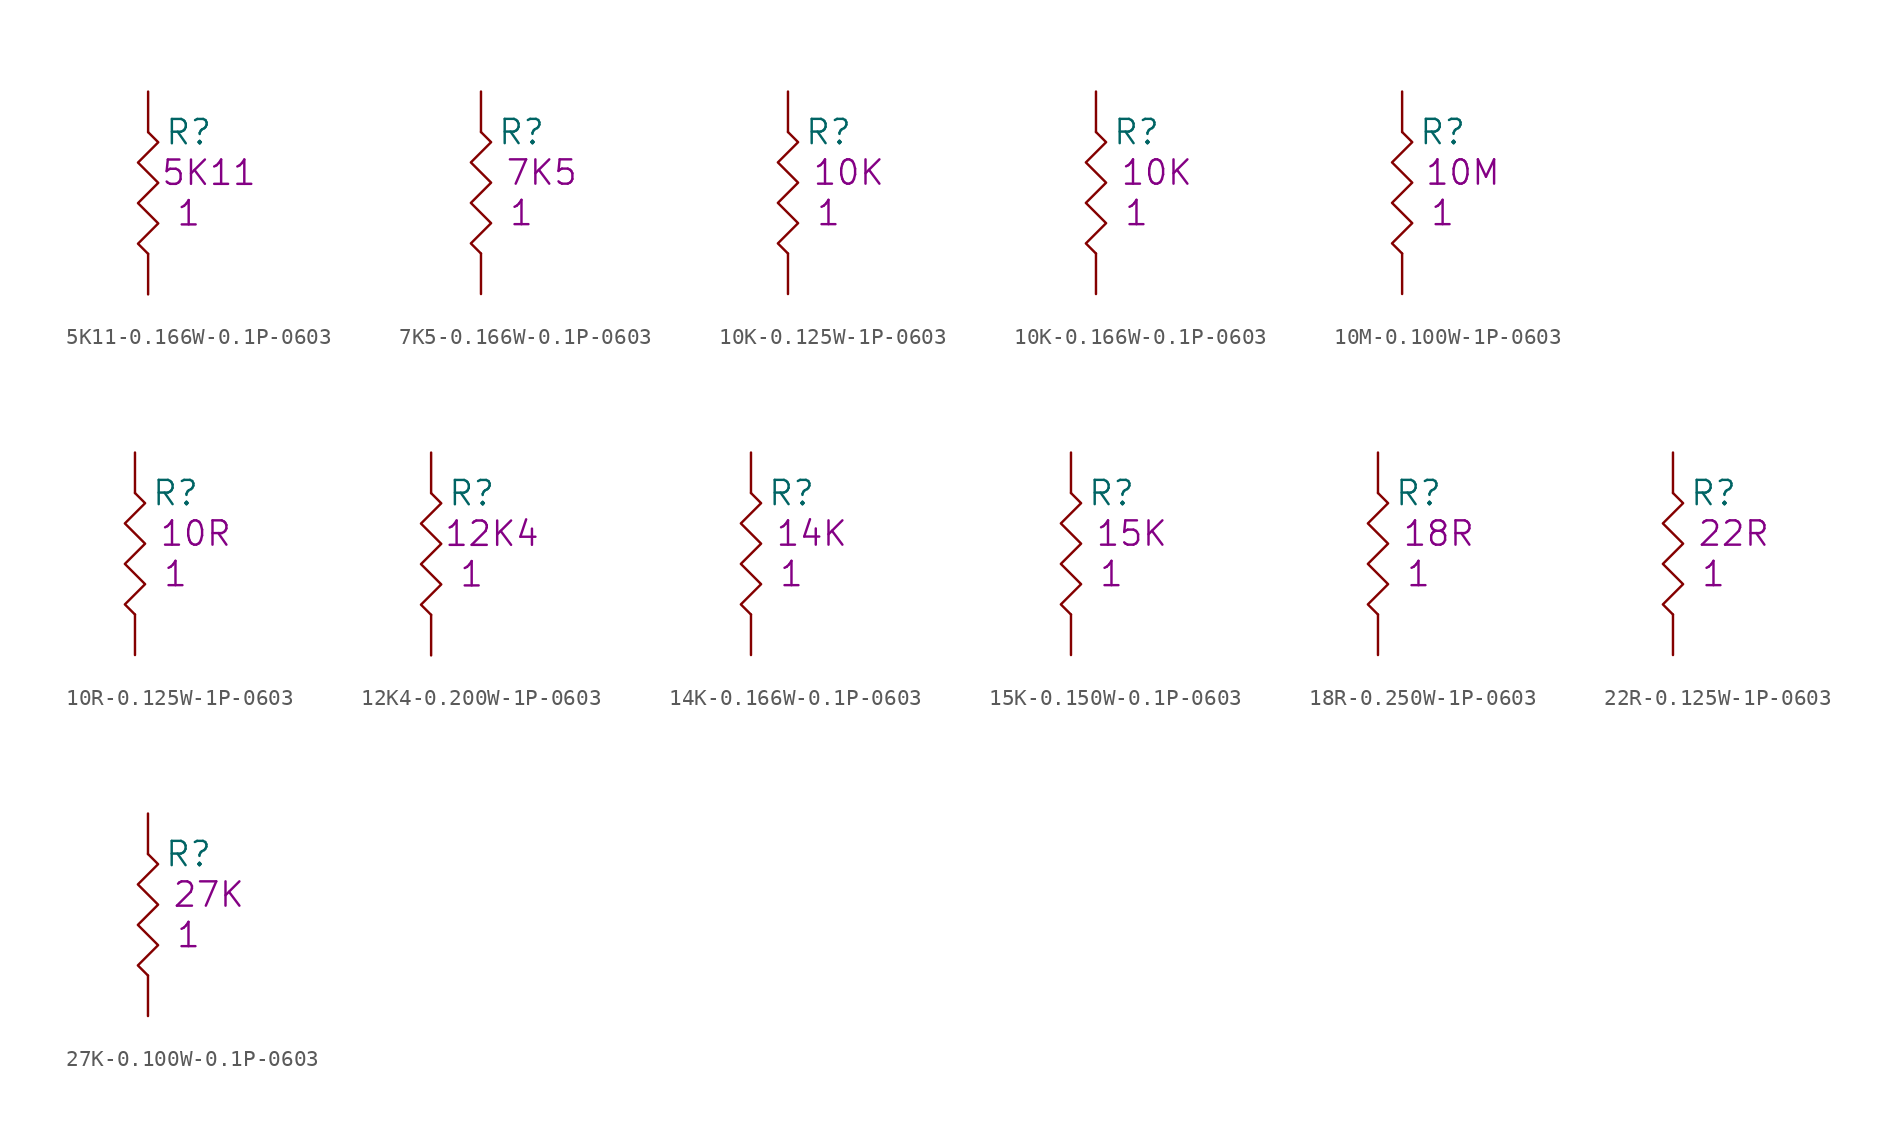
<source format=kicad_sym>
(kicad_symbol_lib
  (version 20201005)
  (generator kicad_symbol_editor)
  (symbol "S_Resistor_0603:5K11-0.166W-0.1P-0603"
    (pin_numbers hide)
    (pin_names
      (offset 1.27) hide)
    (property "Reference" "R"
      (at 2.54 -2.54 0)
      (effects (font (size 1.524 1.524))))
    (property "Datasheet" ""
      (at 0 0 0)
      (effects (font (size 1.524 1.524))))
    (property "Qty" "1"
      (at 2.54 -7.62 0)
      (effects (font (size 1.524 1.524))))
    (property "Desc1" "5K11"
      (at 3.81 -5.08 0)
      (effects (font (size 1.524 1.524))))
    (symbol "5K11-0.166W-0.1P-0603_0_1"
      (polyline (pts (xy 0 -2.54) (xy 0.635 -3.175) (xy -0.635 -4.445) (xy 0.635 -5.715) (xy -0.635 -6.985) (xy 0.635 -8.255) (xy -0.635 -9.525) (xy 0 -10.16)) (stroke (width 0)) (fill (type none))))
    (symbol "5K11-0.166W-0.1P-0603_1_1"
      (pin passive line (at 0 0 270) (length 2.54) (name "1" (effects (font (size 1.27 1.27)))) (number "1" (effects (font (size 1.27 1.27)))))
      (pin passive line (at 0 -12.7 90) (length 2.54) (name "2" (effects (font (size 1.27 1.27)))) (number "2" (effects (font (size 1.27 1.27)))))))
  (symbol "S_Resistor_0603:7K5-0.166W-0.1P-0603"
    (pin_numbers hide)
    (pin_names
      (offset 1.27) hide)
    (property "Reference" "R"
      (at 2.54 -2.54 0)
      (effects (font (size 1.524 1.524))))
    (property "Datasheet" ""
      (at 0 0 0)
      (effects (font (size 1.524 1.524))))
    (property "Qty" "1"
      (at 2.54 -7.62 0)
      (effects (font (size 1.524 1.524))))
    (property "Desc1" "7K5"
      (at 3.81 -5.08 0)
      (effects (font (size 1.524 1.524))))
    (symbol "7K5-0.166W-0.1P-0603_0_1"
      (polyline (pts (xy 0 -2.54) (xy 0.635 -3.175) (xy -0.635 -4.445) (xy 0.635 -5.715) (xy -0.635 -6.985) (xy 0.635 -8.255) (xy -0.635 -9.525) (xy 0 -10.16)) (stroke (width 0)) (fill (type none))))
    (symbol "7K5-0.166W-0.1P-0603_1_1"
      (pin passive line (at 0 0 270) (length 2.54) (name "1" (effects (font (size 1.27 1.27)))) (number "1" (effects (font (size 1.27 1.27)))))
      (pin passive line (at 0 -12.7 90) (length 2.54) (name "2" (effects (font (size 1.27 1.27)))) (number "2" (effects (font (size 1.27 1.27)))))))
  (symbol "S_Resistor_0603:10K-0.125W-1P-0603"
    (pin_numbers hide)
    (pin_names
      (offset 1.27) hide)
    (property "Reference" "R"
      (at 2.54 -2.54 0)
      (effects (font (size 1.524 1.524))))
    (property "Datasheet" ""
      (at 0 0 0)
      (effects (font (size 1.524 1.524))))
    (property "Qty" "1"
      (at 2.54 -7.62 0)
      (effects (font (size 1.524 1.524))))
    (property "Desc1" "10K"
      (at 3.81 -5.08 0)
      (effects (font (size 1.524 1.524))))
    (symbol "10K-0.125W-1P-0603_0_1"
      (polyline (pts (xy 0 -2.54) (xy 0.635 -3.175) (xy -0.635 -4.445) (xy 0.635 -5.715) (xy -0.635 -6.985) (xy 0.635 -8.255) (xy -0.635 -9.525) (xy 0 -10.16)) (stroke (width 0)) (fill (type none))))
    (symbol "10K-0.125W-1P-0603_1_1"
      (pin passive line (at 0 0 270) (length 2.54) (name "1" (effects (font (size 1.27 1.27)))) (number "1" (effects (font (size 1.27 1.27)))))
      (pin passive line (at 0 -12.7 90) (length 2.54) (name "2" (effects (font (size 1.27 1.27)))) (number "2" (effects (font (size 1.27 1.27)))))))
  (symbol "S_Resistor_0603:10K-0.166W-0.1P-0603"
    (pin_numbers hide)
    (pin_names
      (offset 1.27) hide)
    (property "Reference" "R"
      (at 2.54 -2.54 0)
      (effects (font (size 1.524 1.524))))
    (property "Datasheet" ""
      (at 0 0 0)
      (effects (font (size 1.524 1.524))))
    (property "Qty" "1"
      (at 2.54 -7.62 0)
      (effects (font (size 1.524 1.524))))
    (property "Desc1" "10K"
      (at 3.81 -5.08 0)
      (effects (font (size 1.524 1.524))))
    (symbol "10K-0.166W-0.1P-0603_0_1"
      (polyline (pts (xy 0 -2.54) (xy 0.635 -3.175) (xy -0.635 -4.445) (xy 0.635 -5.715) (xy -0.635 -6.985) (xy 0.635 -8.255) (xy -0.635 -9.525) (xy 0 -10.16)) (stroke (width 0)) (fill (type none))))
    (symbol "10K-0.166W-0.1P-0603_1_1"
      (pin passive line (at 0 0 270) (length 2.54) (name "1" (effects (font (size 1.27 1.27)))) (number "1" (effects (font (size 1.27 1.27)))))
      (pin passive line (at 0 -12.7 90) (length 2.54) (name "2" (effects (font (size 1.27 1.27)))) (number "2" (effects (font (size 1.27 1.27)))))))
  (symbol "S_Resistor_0603:10M-0.100W-1P-0603"
    (pin_numbers hide)
    (pin_names
      (offset 1.27) hide)
    (property "Reference" "R"
      (at 2.54 -2.54 0)
      (effects (font (size 1.524 1.524))))
    (property "Datasheet" ""
      (at 0 0 0)
      (effects (font (size 1.524 1.524))))
    (property "Qty" "1"
      (at 2.54 -7.62 0)
      (effects (font (size 1.524 1.524))))
    (property "Desc1" "10M"
      (at 3.81 -5.08 0)
      (effects (font (size 1.524 1.524))))
    (symbol "10M-0.100W-1P-0603_0_1"
      (polyline (pts (xy 0 -2.54) (xy 0.635 -3.175) (xy -0.635 -4.445) (xy 0.635 -5.715) (xy -0.635 -6.985) (xy 0.635 -8.255) (xy -0.635 -9.525) (xy 0 -10.16)) (stroke (width 0)) (fill (type none))))
    (symbol "10M-0.100W-1P-0603_1_1"
      (pin passive line (at 0 0 270) (length 2.54) (name "1" (effects (font (size 1.27 1.27)))) (number "1" (effects (font (size 1.27 1.27)))))
      (pin passive line (at 0 -12.7 90) (length 2.54) (name "2" (effects (font (size 1.27 1.27)))) (number "2" (effects (font (size 1.27 1.27)))))))
  (symbol "S_Resistor_0603:10R-0.125W-1P-0603"
    (pin_numbers hide)
    (pin_names
      (offset 1.27) hide)
    (property "Reference" "R"
      (at 2.54 -2.54 0)
      (effects (font (size 1.524 1.524))))
    (property "Datasheet" ""
      (at 0 0 0)
      (effects (font (size 1.524 1.524))))
    (property "Qty" "1"
      (at 2.54 -7.62 0)
      (effects (font (size 1.524 1.524))))
    (property "Desc1" "10R"
      (at 3.81 -5.08 0)
      (effects (font (size 1.524 1.524))))
    (symbol "10R-0.125W-1P-0603_0_1"
      (polyline (pts (xy 0 -2.54) (xy 0.635 -3.175) (xy -0.635 -4.445) (xy 0.635 -5.715) (xy -0.635 -6.985) (xy 0.635 -8.255) (xy -0.635 -9.525) (xy 0 -10.16)) (stroke (width 0)) (fill (type none))))
    (symbol "10R-0.125W-1P-0603_1_1"
      (pin passive line (at 0 0 270) (length 2.54) (name "1" (effects (font (size 1.27 1.27)))) (number "1" (effects (font (size 1.27 1.27)))))
      (pin passive line (at 0 -12.7 90) (length 2.54) (name "2" (effects (font (size 1.27 1.27)))) (number "2" (effects (font (size 1.27 1.27)))))))
  (symbol "S_Resistor_0603:12K4-0.200W-1P-0603"
    (pin_numbers hide)
    (pin_names
      (offset 1.27) hide)
    (property "Reference" "R"
      (at 2.54 -2.54 0)
      (effects (font (size 1.524 1.524))))
    (property "Datasheet" ""
      (at 0 0 0)
      (effects (font (size 1.524 1.524))))
    (property "Qty" "1"
      (at 2.54 -7.62 0)
      (effects (font (size 1.524 1.524))))
    (property "Desc1" "12K4"
      (at 3.81 -5.08 0)
      (effects (font (size 1.524 1.524))))
    (symbol "12K4-0.200W-1P-0603_0_1"
      (polyline (pts (xy 0 -2.54) (xy 0.635 -3.175) (xy -0.635 -4.445) (xy 0.635 -5.715) (xy -0.635 -6.985) (xy 0.635 -8.255) (xy -0.635 -9.525) (xy 0 -10.16)) (stroke (width 0)) (fill (type none))))
    (symbol "12K4-0.200W-1P-0603_1_1"
      (pin passive line (at 0 0 270) (length 2.54) (name "1" (effects (font (size 1.27 1.27)))) (number "1" (effects (font (size 1.27 1.27)))))
      (pin passive line (at 0 -12.7 90) (length 2.54) (name "2" (effects (font (size 1.27 1.27)))) (number "2" (effects (font (size 1.27 1.27)))))))
  (symbol "S_Resistor_0603:14K-0.166W-0.1P-0603"
    (pin_numbers hide)
    (pin_names
      (offset 1.27) hide)
    (property "Reference" "R"
      (at 2.54 -2.54 0)
      (effects (font (size 1.524 1.524))))
    (property "Datasheet" ""
      (at 0 0 0)
      (effects (font (size 1.524 1.524))))
    (property "Qty" "1"
      (at 2.54 -7.62 0)
      (effects (font (size 1.524 1.524))))
    (property "Desc1" "14K"
      (at 3.81 -5.08 0)
      (effects (font (size 1.524 1.524))))
    (symbol "14K-0.166W-0.1P-0603_0_1"
      (polyline (pts (xy 0 -2.54) (xy 0.635 -3.175) (xy -0.635 -4.445) (xy 0.635 -5.715) (xy -0.635 -6.985) (xy 0.635 -8.255) (xy -0.635 -9.525) (xy 0 -10.16)) (stroke (width 0)) (fill (type none))))
    (symbol "14K-0.166W-0.1P-0603_1_1"
      (pin passive line (at 0 0 270) (length 2.54) (name "1" (effects (font (size 1.27 1.27)))) (number "1" (effects (font (size 1.27 1.27)))))
      (pin passive line (at 0 -12.7 90) (length 2.54) (name "2" (effects (font (size 1.27 1.27)))) (number "2" (effects (font (size 1.27 1.27)))))))
  (symbol "S_Resistor_0603:15K-0.150W-0.1P-0603"
    (pin_numbers hide)
    (pin_names
      (offset 1.27) hide)
    (property "Reference" "R"
      (at 2.54 -2.54 0)
      (effects (font (size 1.524 1.524))))
    (property "Datasheet" ""
      (at 0 0 0)
      (effects (font (size 1.524 1.524))))
    (property "Qty" "1"
      (at 2.54 -7.62 0)
      (effects (font (size 1.524 1.524))))
    (property "Desc1" "15K"
      (at 3.81 -5.08 0)
      (effects (font (size 1.524 1.524))))
    (symbol "15K-0.150W-0.1P-0603_0_1"
      (polyline (pts (xy 0 -2.54) (xy 0.635 -3.175) (xy -0.635 -4.445) (xy 0.635 -5.715) (xy -0.635 -6.985) (xy 0.635 -8.255) (xy -0.635 -9.525) (xy 0 -10.16)) (stroke (width 0)) (fill (type none))))
    (symbol "15K-0.150W-0.1P-0603_1_1"
      (pin passive line (at 0 0 270) (length 2.54) (name "1" (effects (font (size 1.27 1.27)))) (number "1" (effects (font (size 1.27 1.27)))))
      (pin passive line (at 0 -12.7 90) (length 2.54) (name "2" (effects (font (size 1.27 1.27)))) (number "2" (effects (font (size 1.27 1.27)))))))
  (symbol "S_Resistor_0603:18R-0.250W-1P-0603"
    (pin_numbers hide)
    (pin_names
      (offset 1.27) hide)
    (property "Reference" "R"
      (at 2.54 -2.54 0)
      (effects (font (size 1.524 1.524))))
    (property "Datasheet" ""
      (at 0 0 0)
      (effects (font (size 1.524 1.524))))
    (property "Qty" "1"
      (at 2.54 -7.62 0)
      (effects (font (size 1.524 1.524))))
    (property "Desc1" "18R"
      (at 3.81 -5.08 0)
      (effects (font (size 1.524 1.524))))
    (symbol "18R-0.250W-1P-0603_0_1"
      (polyline (pts (xy 0 -2.54) (xy 0.635 -3.175) (xy -0.635 -4.445) (xy 0.635 -5.715) (xy -0.635 -6.985) (xy 0.635 -8.255) (xy -0.635 -9.525) (xy 0 -10.16)) (stroke (width 0)) (fill (type none))))
    (symbol "18R-0.250W-1P-0603_1_1"
      (pin passive line (at 0 0 270) (length 2.54) (name "1" (effects (font (size 1.27 1.27)))) (number "1" (effects (font (size 1.27 1.27)))))
      (pin passive line (at 0 -12.7 90) (length 2.54) (name "2" (effects (font (size 1.27 1.27)))) (number "2" (effects (font (size 1.27 1.27)))))))
  (symbol "S_Resistor_0603:22R-0.125W-1P-0603"
    (pin_numbers hide)
    (pin_names
      (offset 1.27) hide)
    (property "Reference" "R"
      (at 2.54 -2.54 0)
      (effects (font (size 1.524 1.524))))
    (property "Datasheet" ""
      (at 0 0 0)
      (effects (font (size 1.524 1.524))))
    (property "Qty" "1"
      (at 2.54 -7.62 0)
      (effects (font (size 1.524 1.524))))
    (property "Desc1" "22R"
      (at 3.81 -5.08 0)
      (effects (font (size 1.524 1.524))))
    (symbol "22R-0.125W-1P-0603_0_1"
      (polyline (pts (xy 0 -2.54) (xy 0.635 -3.175) (xy -0.635 -4.445) (xy 0.635 -5.715) (xy -0.635 -6.985) (xy 0.635 -8.255) (xy -0.635 -9.525) (xy 0 -10.16)) (stroke (width 0)) (fill (type none))))
    (symbol "22R-0.125W-1P-0603_1_1"
      (pin passive line (at 0 0 270) (length 2.54) (name "1" (effects (font (size 1.27 1.27)))) (number "1" (effects (font (size 1.27 1.27)))))
      (pin passive line (at 0 -12.7 90) (length 2.54) (name "2" (effects (font (size 1.27 1.27)))) (number "2" (effects (font (size 1.27 1.27)))))))
  (symbol "S_Resistor_0603:27K-0.100W-0.1P-0603"
    (pin_numbers hide)
    (pin_names
      (offset 1.27) hide)
    (property "Reference" "R"
      (at 2.54 -2.54 0)
      (effects (font (size 1.524 1.524))))
    (property "Datasheet" ""
      (at 0 0 0)
      (effects (font (size 1.524 1.524))))
    (property "Qty" "1"
      (at 2.54 -7.62 0)
      (effects (font (size 1.524 1.524))))
    (property "Desc1" "27K"
      (at 3.81 -5.08 0)
      (effects (font (size 1.524 1.524))))
    (symbol "27K-0.100W-0.1P-0603_0_1"
      (polyline (pts (xy 0 -2.54) (xy 0.635 -3.175) (xy -0.635 -4.445) (xy 0.635 -5.715) (xy -0.635 -6.985) (xy 0.635 -8.255) (xy -0.635 -9.525) (xy 0 -10.16)) (stroke (width 0)) (fill (type none))))
    (symbol "27K-0.100W-0.1P-0603_1_1"
      (pin passive line (at 0 0 270) (length 2.54) (name "1" (effects (font (size 1.27 1.27)))) (number "1" (effects (font (size 1.27 1.27)))))
      (pin passive line (at 0 -12.7 90) (length 2.54) (name "2" (effects (font (size 1.27 1.27)))) (number "2" (effects (font (size 1.27 1.27))))))))
</source>
